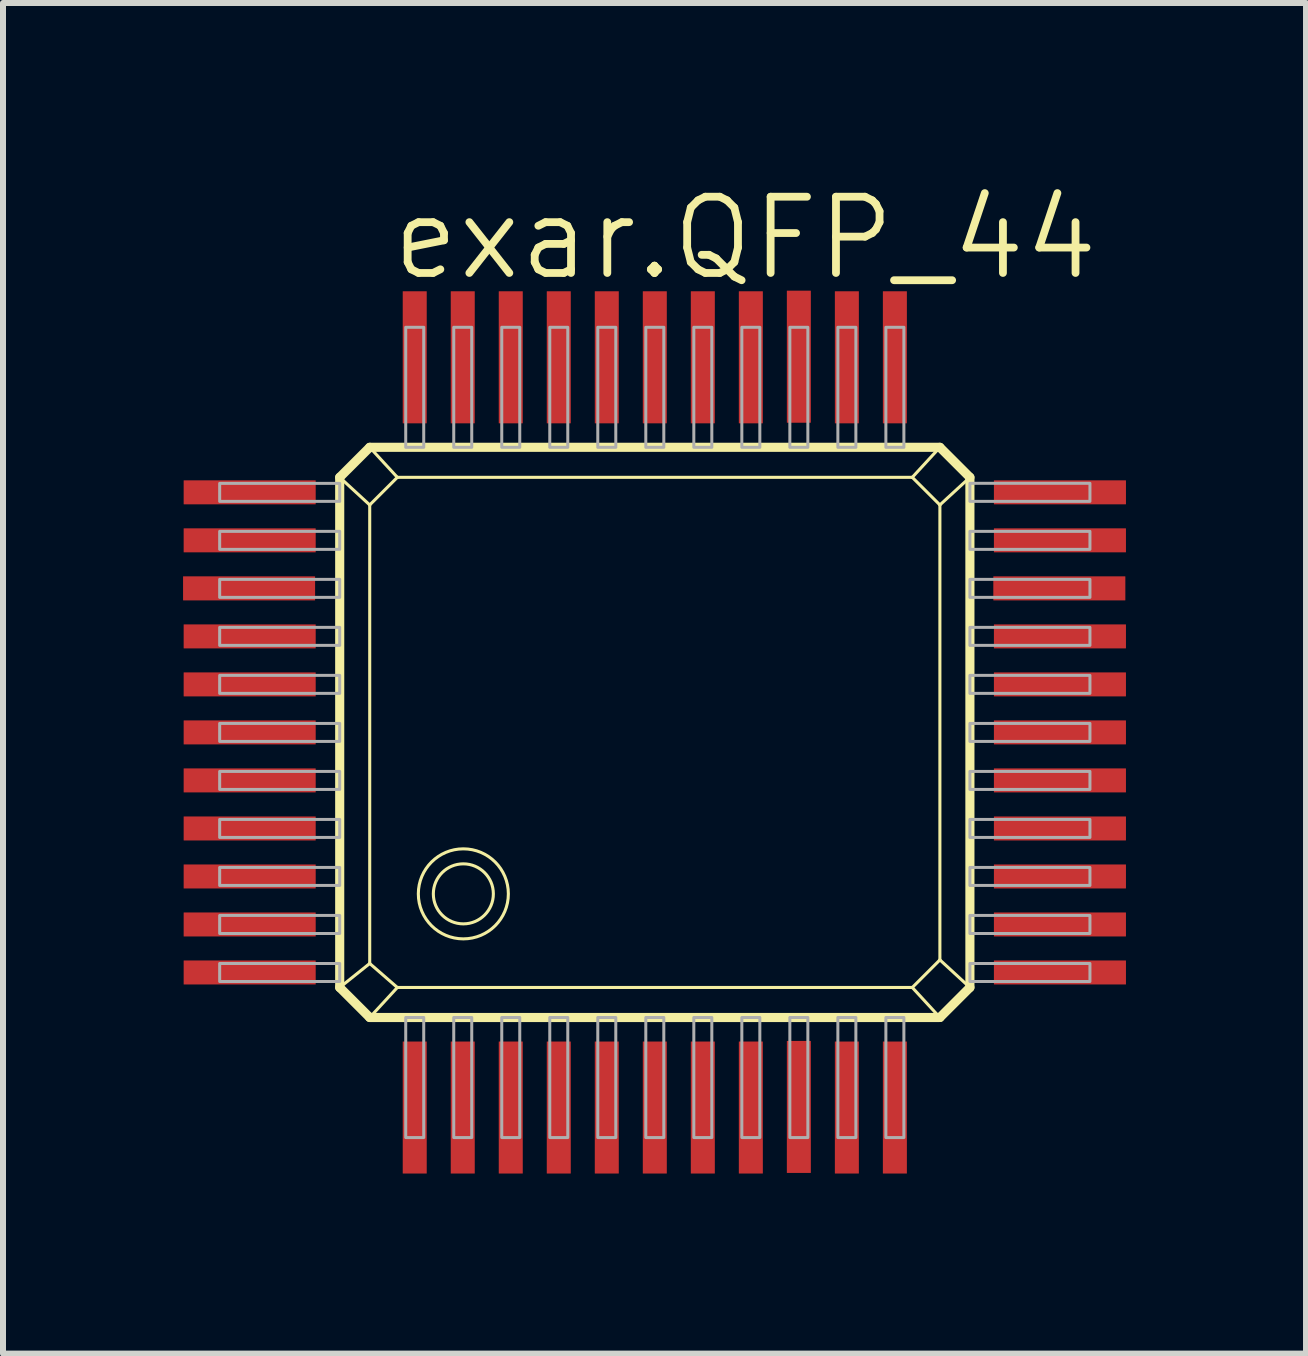
<source format=kicad_pcb>
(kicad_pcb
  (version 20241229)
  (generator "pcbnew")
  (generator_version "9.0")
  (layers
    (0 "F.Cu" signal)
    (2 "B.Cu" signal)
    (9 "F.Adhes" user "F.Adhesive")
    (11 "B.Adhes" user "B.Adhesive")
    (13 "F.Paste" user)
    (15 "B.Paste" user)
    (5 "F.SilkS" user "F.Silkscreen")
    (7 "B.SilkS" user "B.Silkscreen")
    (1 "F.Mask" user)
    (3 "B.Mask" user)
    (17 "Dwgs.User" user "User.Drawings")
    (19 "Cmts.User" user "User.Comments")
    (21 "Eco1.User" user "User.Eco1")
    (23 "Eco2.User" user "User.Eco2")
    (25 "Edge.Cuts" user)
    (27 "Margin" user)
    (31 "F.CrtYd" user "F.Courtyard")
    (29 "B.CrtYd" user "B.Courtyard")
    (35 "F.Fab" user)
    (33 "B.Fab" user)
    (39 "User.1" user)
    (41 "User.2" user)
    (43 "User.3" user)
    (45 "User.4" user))
  (footprint "exar.QFP_44"
    (layer "F.Cu")
    (at 7.86 9.153)
    (property "Reference" "exar.QFP_44" (at -4.445 -7.493 0) (layer "F.SilkS") (effects (font (size 1.27 1.27) (thickness 0.13)) (justify left bottom)))
    (attr smd)
    (fp_line (start -5.25 -4.25) (end -4.75 -4.75) (stroke (width 0.152) (type default)) (layer "F.SilkS"))
    (fp_line (start -5.25 -4.25) (end -4.75 -3.79) (stroke (width 0.051) (type default)) (layer "F.SilkS"))
    (fp_line (start -5.25 4.25) (end -5.25 -4.25) (stroke (width 0.152) (type default)) (layer "F.SilkS"))
    (fp_line (start -4.75 -4.75) (end -4.29 -4.25) (stroke (width 0.051) (type default)) (layer "F.SilkS"))
    (fp_line (start -4.75 -4.75) (end 4.75 -4.75) (stroke (width 0.152) (type default)) (layer "F.SilkS"))
    (fp_line (start -4.75 -3.79) (end -4.29 -4.25) (stroke (width 0.051) (type default)) (layer "F.SilkS"))
    (fp_line (start -4.75 3.85) (end -5.25 4.25) (stroke (width 0.051) (type default)) (layer "F.SilkS"))
    (fp_line (start -4.75 3.85) (end -4.75 -3.79) (stroke (width 0.051) (type default)) (layer "F.SilkS"))
    (fp_line (start -4.75 4.75) (end -5.25 4.25) (stroke (width 0.152) (type default)) (layer "F.SilkS"))
    (fp_line (start -4.75 4.75) (end -4.29 4.25) (stroke (width 0.051) (type default)) (layer "F.SilkS"))
    (fp_line (start -4.29 -4.25) (end 4.29 -4.25) (stroke (width 0.051) (type default)) (layer "F.SilkS"))
    (fp_line (start -4.29 4.25) (end -4.75 3.85) (stroke (width 0.051) (type default)) (layer "F.SilkS"))
    (fp_line (start 4.29 -4.25) (end 4.75 -3.79) (stroke (width 0.051) (type default)) (layer "F.SilkS"))
    (fp_line (start 4.29 4.25) (end -4.29 4.25) (stroke (width 0.051) (type default)) (layer "F.SilkS"))
    (fp_line (start 4.75 -4.75) (end 4.29 -4.25) (stroke (width 0.051) (type default)) (layer "F.SilkS"))
    (fp_line (start 4.75 -4.75) (end 5.25 -4.25) (stroke (width 0.152) (type default)) (layer "F.SilkS"))
    (fp_line (start 4.75 -3.79) (end 4.75 3.79) (stroke (width 0.051) (type default)) (layer "F.SilkS"))
    (fp_line (start 4.75 3.79) (end 4.29 4.25) (stroke (width 0.051) (type default)) (layer "F.SilkS"))
    (fp_line (start 4.75 4.75) (end -4.75 4.75) (stroke (width 0.152) (type default)) (layer "F.SilkS"))
    (fp_line (start 4.75 4.75) (end 4.29 4.25) (stroke (width 0.051) (type default)) (layer "F.SilkS"))
    (fp_line (start 5.25 -4.25) (end 4.75 -3.79) (stroke (width 0.051) (type default)) (layer "F.SilkS"))
    (fp_line (start 5.25 -4.25) (end 5.25 4.25) (stroke (width 0.152) (type default)) (layer "F.SilkS"))
    (fp_line (start 5.25 4.25) (end 4.75 3.79) (stroke (width 0.051) (type default)) (layer "F.SilkS"))
    (fp_line (start 5.25 4.25) (end 4.75 4.75) (stroke (width 0.152) (type default)) (layer "F.SilkS"))
    (fp_circle (center -3.19 2.69) (end -2.69 2.69) (stroke (width 0.051) (type default)) (fill no) (layer "F.SilkS"))
    (fp_circle (center -3.19 2.69) (end -2.44 2.69) (stroke (width 0.051) (type default)) (fill no) (layer "F.SilkS"))
    (fp_rect (start -7.25 -3.849) (end -5.25 -4.149) (stroke (width 0.05) (type default)) (fill no) (layer "F.Fab"))
    (fp_rect (start -7.25 -3.05) (end -5.25 -3.35) (stroke (width 0.05) (type default)) (fill no) (layer "F.Fab"))
    (fp_rect (start -7.25 -2.25) (end -5.25 -2.55) (stroke (width 0.05) (type default)) (fill no) (layer "F.Fab"))
    (fp_rect (start -7.25 -1.45) (end -5.25 -1.75) (stroke (width 0.05) (type default)) (fill no) (layer "F.Fab"))
    (fp_rect (start -7.25 -0.65) (end -5.25 -0.95) (stroke (width 0.05) (type default)) (fill no) (layer "F.Fab"))
    (fp_rect (start -7.25 0.15) (end -5.25 -0.15) (stroke (width 0.05) (type default)) (fill no) (layer "F.Fab"))
    (fp_rect (start -7.25 0.95) (end -5.25 0.65) (stroke (width 0.05) (type default)) (fill no) (layer "F.Fab"))
    (fp_rect (start -7.25 1.75) (end -5.25 1.45) (stroke (width 0.05) (type default)) (fill no) (layer "F.Fab"))
    (fp_rect (start -7.25 2.55) (end -5.25 2.25) (stroke (width 0.05) (type default)) (fill no) (layer "F.Fab"))
    (fp_rect (start -7.25 3.35) (end -5.25 3.05) (stroke (width 0.05) (type default)) (fill no) (layer "F.Fab"))
    (fp_rect (start -7.25 4.15) (end -5.25 3.85) (stroke (width 0.05) (type default)) (fill no) (layer "F.Fab"))
    (fp_rect (start -4.15 -4.75) (end -3.85 -6.75) (stroke (width 0.05) (type default)) (fill no) (layer "F.Fab"))
    (fp_rect (start -4.15 6.75) (end -3.85 4.75) (stroke (width 0.05) (type default)) (fill no) (layer "F.Fab"))
    (fp_rect (start -3.35 -4.75) (end -3.05 -6.75) (stroke (width 0.05) (type default)) (fill no) (layer "F.Fab"))
    (fp_rect (start -3.35 6.75) (end -3.05 4.75) (stroke (width 0.05) (type default)) (fill no) (layer "F.Fab"))
    (fp_rect (start -2.55 -4.75) (end -2.25 -6.75) (stroke (width 0.05) (type default)) (fill no) (layer "F.Fab"))
    (fp_rect (start -2.55 6.75) (end -2.25 4.75) (stroke (width 0.05) (type default)) (fill no) (layer "F.Fab"))
    (fp_rect (start -1.75 -4.75) (end -1.45 -6.75) (stroke (width 0.05) (type default)) (fill no) (layer "F.Fab"))
    (fp_rect (start -1.75 6.75) (end -1.45 4.75) (stroke (width 0.05) (type default)) (fill no) (layer "F.Fab"))
    (fp_rect (start -0.95 -4.75) (end -0.65 -6.75) (stroke (width 0.05) (type default)) (fill no) (layer "F.Fab"))
    (fp_rect (start -0.95 6.75) (end -0.65 4.75) (stroke (width 0.05) (type default)) (fill no) (layer "F.Fab"))
    (fp_rect (start -0.15 -4.75) (end 0.15 -6.75) (stroke (width 0.05) (type default)) (fill no) (layer "F.Fab"))
    (fp_rect (start -0.15 6.75) (end 0.15 4.75) (stroke (width 0.05) (type default)) (fill no) (layer "F.Fab"))
    (fp_rect (start 0.65 -4.75) (end 0.95 -6.75) (stroke (width 0.05) (type default)) (fill no) (layer "F.Fab"))
    (fp_rect (start 0.65 6.75) (end 0.95 4.75) (stroke (width 0.05) (type default)) (fill no) (layer "F.Fab"))
    (fp_rect (start 1.45 -4.75) (end 1.75 -6.75) (stroke (width 0.05) (type default)) (fill no) (layer "F.Fab"))
    (fp_rect (start 1.45 6.75) (end 1.75 4.75) (stroke (width 0.05) (type default)) (fill no) (layer "F.Fab"))
    (fp_rect (start 2.25 -4.75) (end 2.55 -6.75) (stroke (width 0.05) (type default)) (fill no) (layer "F.Fab"))
    (fp_rect (start 2.25 6.75) (end 2.55 4.75) (stroke (width 0.05) (type default)) (fill no) (layer "F.Fab"))
    (fp_rect (start 3.05 -4.75) (end 3.35 -6.75) (stroke (width 0.05) (type default)) (fill no) (layer "F.Fab"))
    (fp_rect (start 3.05 6.75) (end 3.35 4.75) (stroke (width 0.05) (type default)) (fill no) (layer "F.Fab"))
    (fp_rect (start 3.85 -4.75) (end 4.15 -6.75) (stroke (width 0.05) (type default)) (fill no) (layer "F.Fab"))
    (fp_rect (start 3.85 6.75) (end 4.15 4.75) (stroke (width 0.05) (type default)) (fill no) (layer "F.Fab"))
    (fp_rect (start 5.25 -3.85) (end 7.25 -4.15) (stroke (width 0.05) (type default)) (fill no) (layer "F.Fab"))
    (fp_rect (start 5.25 -3.05) (end 7.25 -3.35) (stroke (width 0.05) (type default)) (fill no) (layer "F.Fab"))
    (fp_rect (start 5.25 -2.25) (end 7.25 -2.55) (stroke (width 0.05) (type default)) (fill no) (layer "F.Fab"))
    (fp_rect (start 5.25 -1.45) (end 7.25 -1.75) (stroke (width 0.05) (type default)) (fill no) (layer "F.Fab"))
    (fp_rect (start 5.25 -0.65) (end 7.25 -0.95) (stroke (width 0.05) (type default)) (fill no) (layer "F.Fab"))
    (fp_rect (start 5.25 0.15) (end 7.25 -0.15) (stroke (width 0.05) (type default)) (fill no) (layer "F.Fab"))
    (fp_rect (start 5.25 0.95) (end 7.25 0.65) (stroke (width 0.05) (type default)) (fill no) (layer "F.Fab"))
    (fp_rect (start 5.25 1.75) (end 7.25 1.45) (stroke (width 0.05) (type default)) (fill no) (layer "F.Fab"))
    (fp_rect (start 5.25 2.55) (end 7.25 2.25) (stroke (width 0.05) (type default)) (fill no) (layer "F.Fab"))
    (fp_rect (start 5.25 3.35) (end 7.25 3.05) (stroke (width 0.05) (type default)) (fill no) (layer "F.Fab"))
    (fp_rect (start 5.25 4.15) (end 7.25 3.85) (stroke (width 0.05) (type default)) (fill no) (layer "F.Fab"))
    (pad "1" smd roundrect (at -4 6.25) (size 0.4 2.2) (layers "F.Cu" "F.Mask" "F.Paste") (roundrect_rratio 0.01))
    (pad "2" smd roundrect (at -3.2 6.25) (size 0.4 2.2) (layers "F.Cu" "F.Mask" "F.Paste") (roundrect_rratio 0.01))
    (pad "3" smd roundrect (at -2.4 6.25) (size 0.4 2.2) (layers "F.Cu" "F.Mask" "F.Paste") (roundrect_rratio 0.01))
    (pad "4" smd roundrect (at -1.6 6.25) (size 0.4 2.2) (layers "F.Cu" "F.Mask" "F.Paste") (roundrect_rratio 0.01))
    (pad "5" smd roundrect (at -0.8 6.25) (size 0.4 2.2) (layers "F.Cu" "F.Mask" "F.Paste") (roundrect_rratio 0.01))
    (pad "6" smd roundrect (at 0 6.25) (size 0.4 2.2) (layers "F.Cu" "F.Mask" "F.Paste") (roundrect_rratio 0.01))
    (pad "7" smd roundrect (at 0.8 6.25) (size 0.4 2.2) (layers "F.Cu" "F.Mask" "F.Paste") (roundrect_rratio 0.01))
    (pad "8" smd roundrect (at 1.6 6.25) (size 0.4 2.2) (layers "F.Cu" "F.Mask" "F.Paste") (roundrect_rratio 0.01))
    (pad "9" smd roundrect (at 2.4 6.24) (size 0.4 2.2) (layers "F.Cu" "F.Mask" "F.Paste") (roundrect_rratio 0.01))
    (pad "10" smd roundrect (at 3.2 6.25) (size 0.4 2.2) (layers "F.Cu" "F.Mask" "F.Paste") (roundrect_rratio 0.01))
    (pad "11" smd roundrect (at 4 6.25) (size 0.4 2.2) (layers "F.Cu" "F.Mask" "F.Paste") (roundrect_rratio 0.01))
    (pad "12" smd roundrect (at 6.75 4) (size 2.2 0.4) (layers "F.Cu" "F.Mask" "F.Paste") (roundrect_rratio 0.01))
    (pad "13" smd roundrect (at 6.75 3.2) (size 2.2 0.4) (layers "F.Cu" "F.Mask" "F.Paste") (roundrect_rratio 0.01))
    (pad "14" smd roundrect (at 6.75 2.4) (size 2.2 0.4) (layers "F.Cu" "F.Mask" "F.Paste") (roundrect_rratio 0.01))
    (pad "15" smd roundrect (at 6.75 1.6) (size 2.2 0.4) (layers "F.Cu" "F.Mask" "F.Paste") (roundrect_rratio 0.01))
    (pad "16" smd roundrect (at 6.75 0.8) (size 2.2 0.4) (layers "F.Cu" "F.Mask" "F.Paste") (roundrect_rratio 0.01))
    (pad "17" smd roundrect (at 6.75 0) (size 2.2 0.4) (layers "F.Cu" "F.Mask" "F.Paste") (roundrect_rratio 0.01))
    (pad "18" smd roundrect (at 6.75 -0.8) (size 2.2 0.4) (layers "F.Cu" "F.Mask" "F.Paste") (roundrect_rratio 0.01))
    (pad "19" smd roundrect (at 6.75 -1.6) (size 2.2 0.4) (layers "F.Cu" "F.Mask" "F.Paste") (roundrect_rratio 0.01))
    (pad "20" smd roundrect (at 6.74 -2.4) (size 2.2 0.4) (layers "F.Cu" "F.Mask" "F.Paste") (roundrect_rratio 0.01))
    (pad "21" smd roundrect (at 6.75 -3.2) (size 2.2 0.4) (layers "F.Cu" "F.Mask" "F.Paste") (roundrect_rratio 0.01))
    (pad "22" smd roundrect (at 6.75 -4) (size 2.2 0.4) (layers "F.Cu" "F.Mask" "F.Paste") (roundrect_rratio 0.01))
    (pad "23" smd roundrect (at 4 -6.25) (size 0.4 2.2) (layers "F.Cu" "F.Mask" "F.Paste") (roundrect_rratio 0.01))
    (pad "24" smd roundrect (at 3.2 -6.25) (size 0.4 2.2) (layers "F.Cu" "F.Mask" "F.Paste") (roundrect_rratio 0.01))
    (pad "25" smd roundrect (at 2.4 -6.26) (size 0.4 2.2) (layers "F.Cu" "F.Mask" "F.Paste") (roundrect_rratio 0.01))
    (pad "26" smd roundrect (at 1.6 -6.25) (size 0.4 2.2) (layers "F.Cu" "F.Mask" "F.Paste") (roundrect_rratio 0.01))
    (pad "27" smd roundrect (at 0.8 -6.25) (size 0.4 2.2) (layers "F.Cu" "F.Mask" "F.Paste") (roundrect_rratio 0.01))
    (pad "28" smd roundrect (at 0 -6.25) (size 0.4 2.2) (layers "F.Cu" "F.Mask" "F.Paste") (roundrect_rratio 0.01))
    (pad "29" smd roundrect (at -0.8 -6.25) (size 0.4 2.2) (layers "F.Cu" "F.Mask" "F.Paste") (roundrect_rratio 0.01))
    (pad "30" smd roundrect (at -1.6 -6.25) (size 0.4 2.2) (layers "F.Cu" "F.Mask" "F.Paste") (roundrect_rratio 0.01))
    (pad "31" smd roundrect (at -2.4 -6.25) (size 0.4 2.2) (layers "F.Cu" "F.Mask" "F.Paste") (roundrect_rratio 0.01))
    (pad "32" smd roundrect (at -3.2 -6.25) (size 0.4 2.2) (layers "F.Cu" "F.Mask" "F.Paste") (roundrect_rratio 0.01))
    (pad "33" smd roundrect (at -4 -6.25) (size 0.4 2.2) (layers "F.Cu" "F.Mask" "F.Paste") (roundrect_rratio 0.01))
    (pad "34" smd roundrect (at -6.75 -4) (size 2.2 0.4) (layers "F.Cu" "F.Mask" "F.Paste") (roundrect_rratio 0.01))
    (pad "35" smd roundrect (at -6.75 -3.2) (size 2.2 0.4) (layers "F.Cu" "F.Mask" "F.Paste") (roundrect_rratio 0.01))
    (pad "36" smd roundrect (at -6.76 -2.4) (size 2.2 0.4) (layers "F.Cu" "F.Mask" "F.Paste") (roundrect_rratio 0.01))
    (pad "37" smd roundrect (at -6.75 -1.6) (size 2.2 0.4) (layers "F.Cu" "F.Mask" "F.Paste") (roundrect_rratio 0.01))
    (pad "38" smd roundrect (at -6.75 -0.8) (size 2.2 0.4) (layers "F.Cu" "F.Mask" "F.Paste") (roundrect_rratio 0.01))
    (pad "39" smd roundrect (at -6.75 0) (size 2.2 0.4) (layers "F.Cu" "F.Mask" "F.Paste") (roundrect_rratio 0.01))
    (pad "40" smd roundrect (at -6.75 0.8) (size 2.2 0.4) (layers "F.Cu" "F.Mask" "F.Paste") (roundrect_rratio 0.01))
    (pad "41" smd roundrect (at -6.75 1.6) (size 2.2 0.4) (layers "F.Cu" "F.Mask" "F.Paste") (roundrect_rratio 0.01))
    (pad "42" smd roundrect (at -6.75 2.4) (size 2.2 0.4) (layers "F.Cu" "F.Mask" "F.Paste") (roundrect_rratio 0.01))
    (pad "43" smd roundrect (at -6.75 3.2) (size 2.2 0.4) (layers "F.Cu" "F.Mask" "F.Paste") (roundrect_rratio 0.01))
    (pad "44" smd roundrect (at -6.75 4) (size 2.2 0.4) (layers "F.Cu" "F.Mask" "F.Paste") (roundrect_rratio 0.01)))
  (gr_rect
    (start -3 -3)
    (end 18.71 19.503)
    (stroke (width 0.1) (type default))
    (fill no)
    (layer "Edge.Cuts")))
</source>
